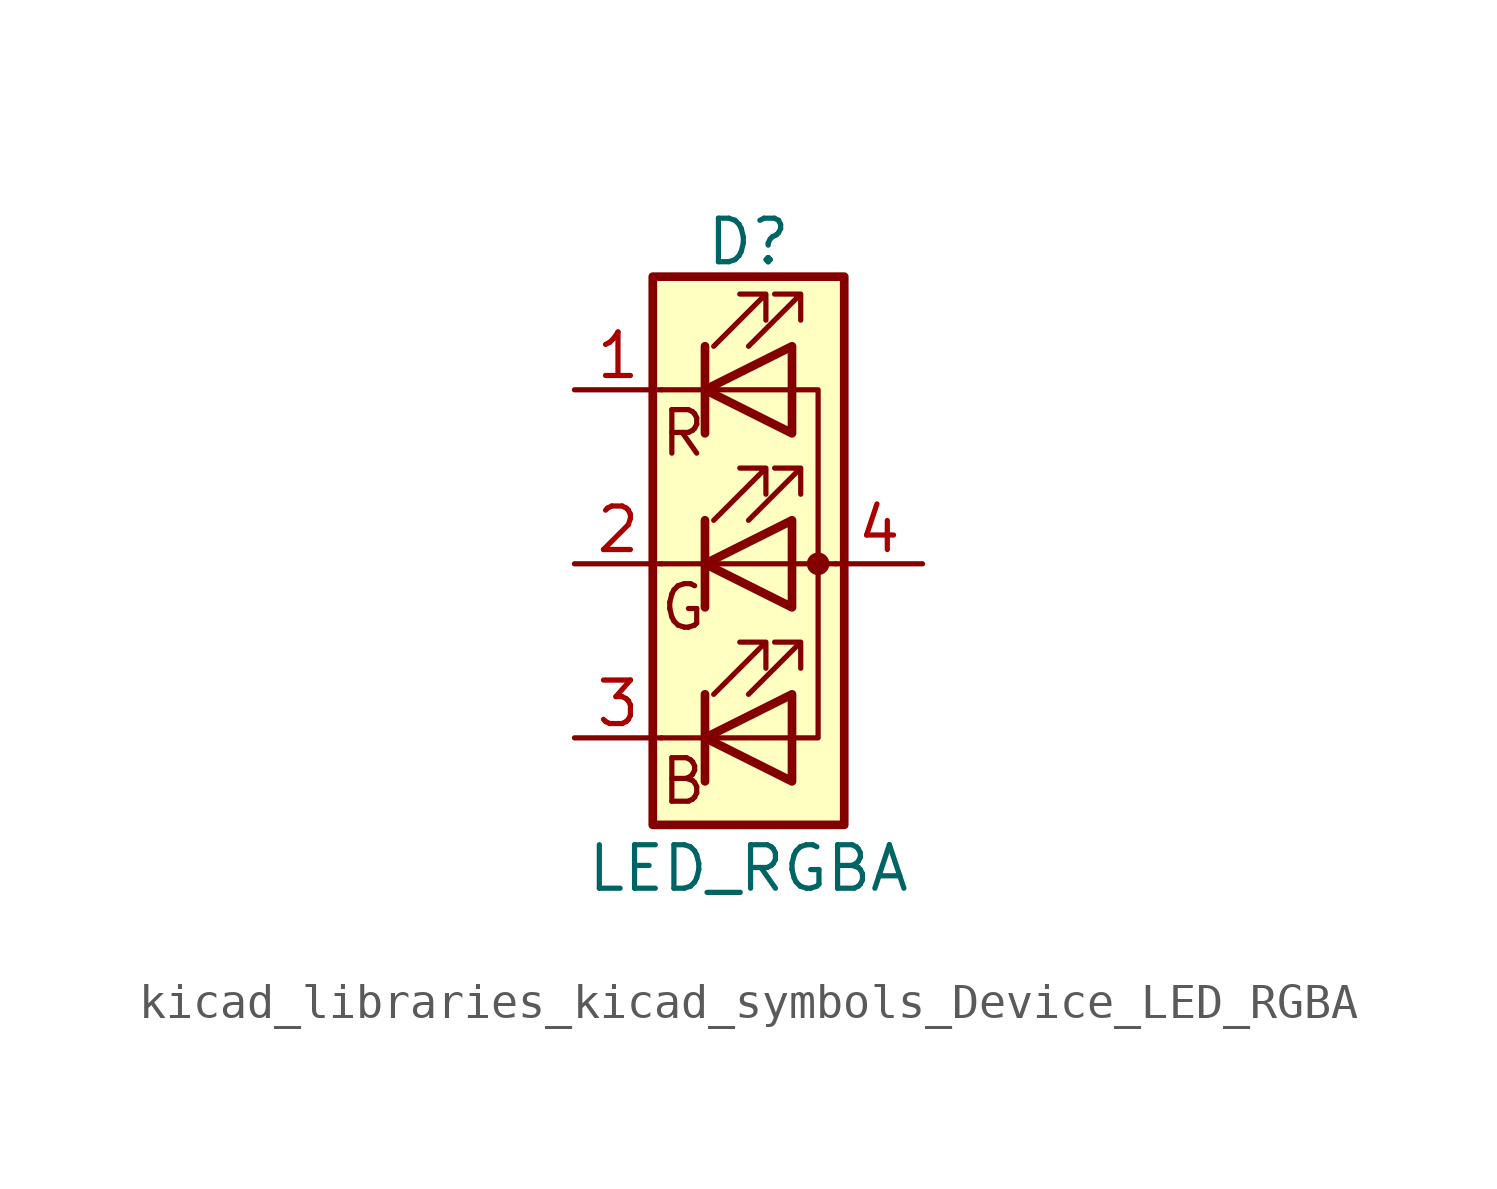
<source format=kicad_sym>
(kicad_symbol_lib
  (version 20220914)
  (generator kicad_symbol_editor)
  (symbol "kicad_libraries_kicad_symbols_Device_LED_RGBA"
    (pin_names
      (offset 0) hide)
    (property "Reference" "D"
      (at 0 9.398 0)
      (effects (font (size 1.27 1.27))))
    (property "Value" "LED_RGBA"
      (at 0 -8.89 0)
      (effects (font (size 1.27 1.27))))
    (symbol "kicad_libraries_kicad_symbols_Device_LED_RGBA_0_0"
      (text "B" (at -1.905 -6.35 0) (effects (font (size 1.27 1.27))))
      (text "G" (at -1.905 -1.27 0) (effects (font (size 1.27 1.27))))
      (text "R" (at -1.905 3.81 0) (effects (font (size 1.27 1.27)))))
    (symbol "kicad_libraries_kicad_symbols_Device_LED_RGBA_0_1"
      (polyline (pts (xy -1.27 -5.08) (xy -2.54 -5.08)) (stroke (width 0) (type default)) (fill (type none)))
      (polyline (pts (xy -1.27 -5.08) (xy 1.27 -5.08)) (stroke (width 0) (type default)) (fill (type none)))
      (polyline (pts (xy -1.27 -3.81) (xy -1.27 -6.35)) (stroke (width 0.254) (type default)) (fill (type none)))
      (polyline (pts (xy -1.27 0) (xy -2.54 0)) (stroke (width 0) (type default)) (fill (type none)))
      (polyline (pts (xy -1.27 1.27) (xy -1.27 -1.27)) (stroke (width 0.254) (type default)) (fill (type none)))
      (polyline (pts (xy -1.27 5.08) (xy -2.54 5.08)) (stroke (width 0) (type default)) (fill (type none)))
      (polyline (pts (xy -1.27 5.08) (xy 1.27 5.08)) (stroke (width 0) (type default)) (fill (type none)))
      (polyline (pts (xy -1.27 6.35) (xy -1.27 3.81)) (stroke (width 0.254) (type default)) (fill (type none)))
      (polyline (pts (xy 1.27 0) (xy -1.27 0)) (stroke (width 0) (type default)) (fill (type none)))
      (polyline (pts (xy 1.27 0) (xy 2.54 0)) (stroke (width 0) (type default)) (fill (type none)))
      (polyline (pts (xy -1.27 1.27) (xy -1.27 -1.27) (xy -1.27 -1.27)) (stroke (width 0) (type default)) (fill (type none)))
      (polyline (pts (xy -1.27 6.35) (xy -1.27 3.81) (xy -1.27 3.81)) (stroke (width 0) (type default)) (fill (type none)))
      (polyline (pts (xy 1.27 -5.08) (xy 2.032 -5.08) (xy 2.032 5.08) (xy 1.27 5.08)) (stroke (width 0) (type default)) (fill (type none)))
      (polyline (pts (xy 1.27 -3.81) (xy 1.27 -6.35) (xy -1.27 -5.08) (xy 1.27 -3.81)) (stroke (width 0.254) (type default)) (fill (type none)))
      (polyline (pts (xy 1.27 1.27) (xy 1.27 -1.27) (xy -1.27 0) (xy 1.27 1.27)) (stroke (width 0.254) (type default)) (fill (type none)))
      (polyline (pts (xy 1.27 6.35) (xy 1.27 3.81) (xy -1.27 5.08) (xy 1.27 6.35)) (stroke (width 0.254) (type default)) (fill (type none)))
      (polyline (pts (xy -1.016 -3.81) (xy 0.508 -2.286) (xy -0.254 -2.286) (xy 0.508 -2.286) (xy 0.508 -3.048)) (stroke (width 0) (type default)) (fill (type none)))
      (polyline (pts (xy -1.016 1.27) (xy 0.508 2.794) (xy -0.254 2.794) (xy 0.508 2.794) (xy 0.508 2.032)) (stroke (width 0) (type default)) (fill (type none)))
      (polyline (pts (xy -1.016 6.35) (xy 0.508 7.874) (xy -0.254 7.874) (xy 0.508 7.874) (xy 0.508 7.112)) (stroke (width 0) (type default)) (fill (type none)))
      (polyline (pts (xy 0 -3.81) (xy 1.524 -2.286) (xy 0.762 -2.286) (xy 1.524 -2.286) (xy 1.524 -3.048)) (stroke (width 0) (type default)) (fill (type none)))
      (polyline (pts (xy 0 1.27) (xy 1.524 2.794) (xy 0.762 2.794) (xy 1.524 2.794) (xy 1.524 2.032)) (stroke (width 0) (type default)) (fill (type none)))
      (polyline (pts (xy 0 6.35) (xy 1.524 7.874) (xy 0.762 7.874) (xy 1.524 7.874) (xy 1.524 7.112)) (stroke (width 0) (type default)) (fill (type none)))
      (rectangle (start 1.27 -1.27) (end 1.27 1.27) (stroke (width 0) (type default)) (fill (type none)))
      (rectangle (start 1.27 1.27) (end 1.27 1.27) (stroke (width 0) (type default)) (fill (type none)))
      (rectangle (start 1.27 3.81) (end 1.27 6.35) (stroke (width 0) (type default)) (fill (type none)))
      (rectangle (start 1.27 6.35) (end 1.27 6.35) (stroke (width 0) (type default)) (fill (type none)))
      (circle (center 2.032 0) (radius 0.254) (stroke (width 0) (type default)) (fill (type outline)))
      (rectangle (start 2.794 8.382) (end -2.794 -7.62) (stroke (width 0.254) (type default)) (fill (type background))))
    (symbol "kicad_libraries_kicad_symbols_Device_LED_RGBA_1_1"
      (pin passive line (at -5.08 5.08 0) (length 2.54) (name "RK" (effects (font (size 1.27 1.27)))) (number "1" (effects (font (size 1.27 1.27)))))
      (pin passive line (at -5.08 0 0) (length 2.54) (name "GK" (effects (font (size 1.27 1.27)))) (number "2" (effects (font (size 1.27 1.27)))))
      (pin passive line (at -5.08 -5.08 0) (length 2.54) (name "BK" (effects (font (size 1.27 1.27)))) (number "3" (effects (font (size 1.27 1.27)))))
      (pin passive line (at 5.08 0 180) (length 2.54) (name "A" (effects (font (size 1.27 1.27)))) (number "4" (effects (font (size 1.27 1.27))))))))
</source>
